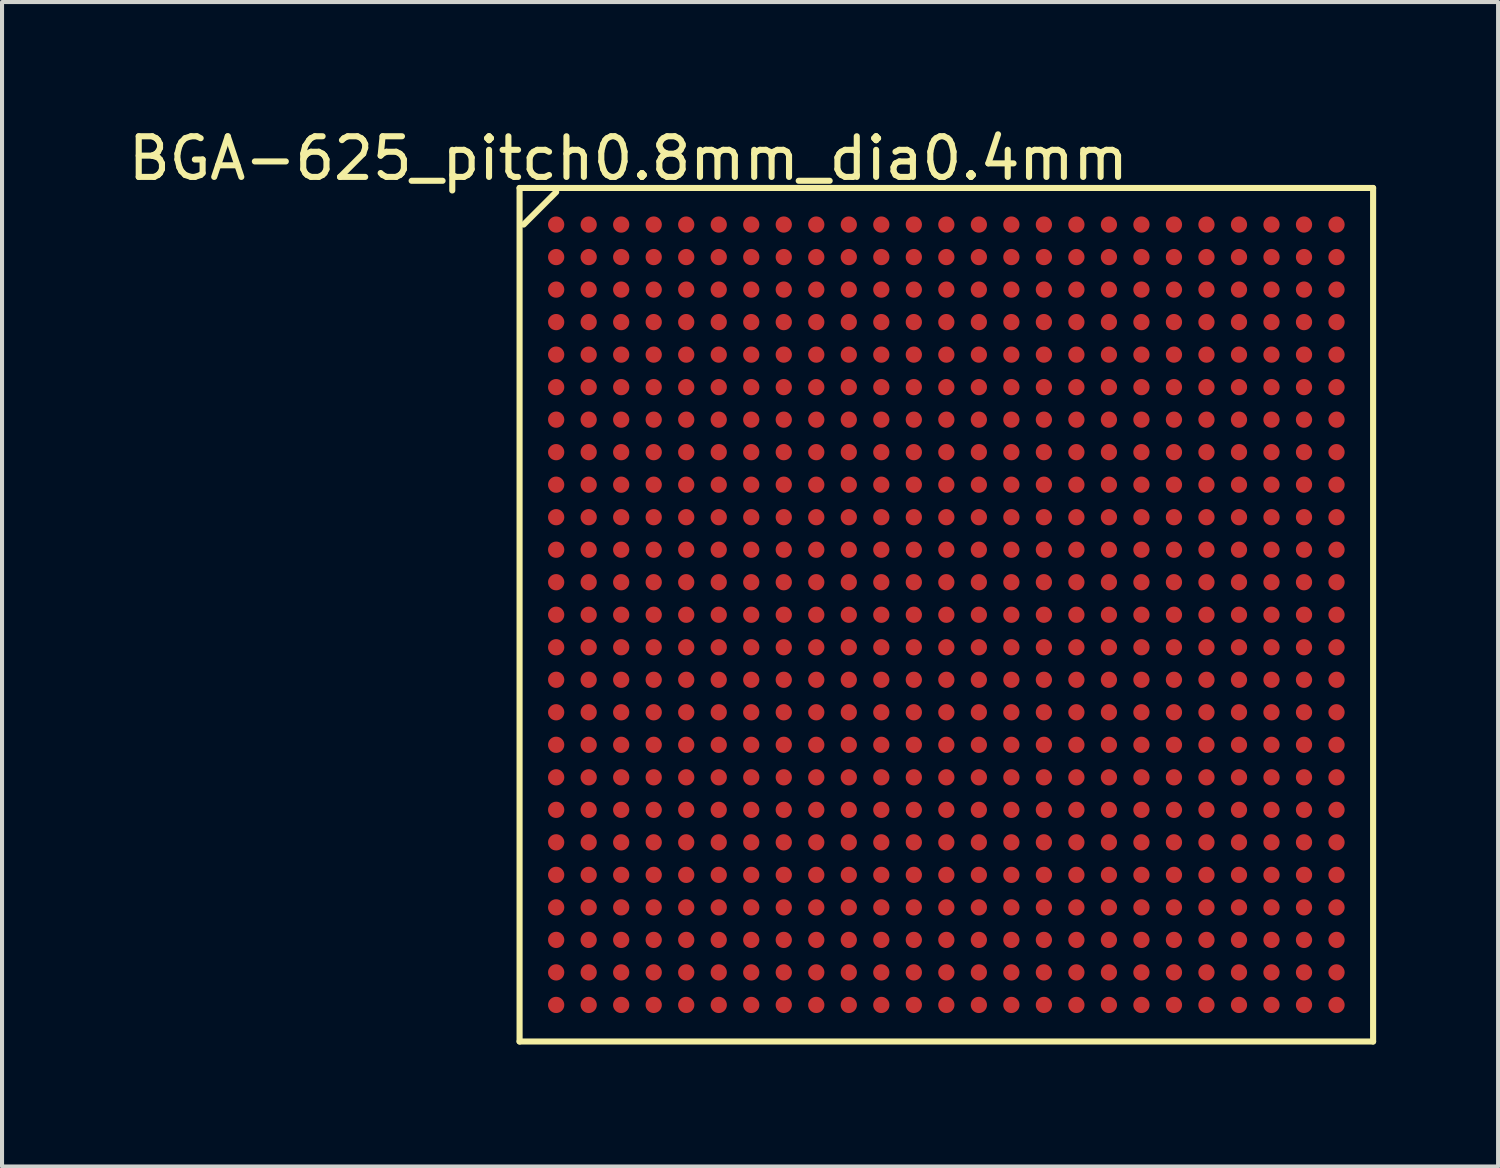
<source format=kicad_pcb>
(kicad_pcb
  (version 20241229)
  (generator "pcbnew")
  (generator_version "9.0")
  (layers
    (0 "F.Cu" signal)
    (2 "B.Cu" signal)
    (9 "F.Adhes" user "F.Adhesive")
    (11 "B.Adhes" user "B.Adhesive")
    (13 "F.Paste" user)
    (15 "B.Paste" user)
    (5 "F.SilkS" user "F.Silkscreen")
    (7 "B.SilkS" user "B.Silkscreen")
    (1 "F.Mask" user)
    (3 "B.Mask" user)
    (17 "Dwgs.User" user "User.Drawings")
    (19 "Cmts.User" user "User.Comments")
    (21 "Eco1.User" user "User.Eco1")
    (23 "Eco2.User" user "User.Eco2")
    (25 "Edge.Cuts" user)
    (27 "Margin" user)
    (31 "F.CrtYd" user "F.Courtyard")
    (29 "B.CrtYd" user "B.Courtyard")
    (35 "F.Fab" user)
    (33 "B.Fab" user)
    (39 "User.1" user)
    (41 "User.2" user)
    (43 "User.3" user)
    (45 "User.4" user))
  (footprint "BGA-625_pitch0.8mm_dia0.4mm"
    (layer "F.Cu")
    (at 20.234 12.075)
    (property "Reference" "BGA-625_pitch0.8mm_dia0.4mm" (at -7.823 -11.227 0) (layer "F.SilkS") (effects (font (size 1 1) (thickness 0.15))))
    (attr through_hole)
    (fp_line (start -10.5 -10.5) (end 10.5 -10.5) (stroke (width 0.15) (type solid)) (layer "F.SilkS"))
    (fp_line (start -10.5 10.5) (end -10.5 -10.5) (stroke (width 0.15) (type solid)) (layer "F.SilkS"))
    (fp_line (start -9.6 -10.4) (end -10.4 -9.6) (stroke (width 0.15) (type solid)) (layer "F.SilkS"))
    (fp_line (start 10.5 -10.5) (end 10.5 10.5) (stroke (width 0.15) (type solid)) (layer "F.SilkS"))
    (fp_line (start 10.5 10.5) (end -10.5 10.5) (stroke (width 0.15) (type solid)) (layer "F.SilkS"))
    (pad "A1" smd circle (at -9.6 -9.6) (size 0.4 0.4) (layers "F.Cu" "F.Mask" "F.Paste"))
    (pad "A2" smd circle (at -8.8 -9.6) (size 0.4 0.4) (layers "F.Cu" "F.Mask" "F.Paste"))
    (pad "A3" smd circle (at -8 -9.6) (size 0.4 0.4) (layers "F.Cu" "F.Mask" "F.Paste"))
    (pad "A4" smd circle (at -7.2 -9.6) (size 0.4 0.4) (layers "F.Cu" "F.Mask" "F.Paste"))
    (pad "A5" smd circle (at -6.4 -9.6) (size 0.4 0.4) (layers "F.Cu" "F.Mask" "F.Paste"))
    (pad "A6" smd circle (at -5.6 -9.6) (size 0.4 0.4) (layers "F.Cu" "F.Mask" "F.Paste"))
    (pad "A7" smd circle (at -4.8 -9.6) (size 0.4 0.4) (layers "F.Cu" "F.Mask" "F.Paste"))
    (pad "A8" smd circle (at -4 -9.6) (size 0.4 0.4) (layers "F.Cu" "F.Mask" "F.Paste"))
    (pad "A9" smd circle (at -3.2 -9.6) (size 0.4 0.4) (layers "F.Cu" "F.Mask" "F.Paste"))
    (pad "A10" smd circle (at -2.4 -9.6) (size 0.4 0.4) (layers "F.Cu" "F.Mask" "F.Paste"))
    (pad "A11" smd circle (at -1.6 -9.6) (size 0.4 0.4) (layers "F.Cu" "F.Mask" "F.Paste"))
    (pad "A12" smd circle (at -0.8 -9.6) (size 0.4 0.4) (layers "F.Cu" "F.Mask" "F.Paste"))
    (pad "A13" smd circle (at 0 -9.6) (size 0.4 0.4) (layers "F.Cu" "F.Mask" "F.Paste"))
    (pad "A14" smd circle (at 0.8 -9.6) (size 0.4 0.4) (layers "F.Cu" "F.Mask" "F.Paste"))
    (pad "A15" smd circle (at 1.6 -9.6) (size 0.4 0.4) (layers "F.Cu" "F.Mask" "F.Paste"))
    (pad "A16" smd circle (at 2.4 -9.6) (size 0.4 0.4) (layers "F.Cu" "F.Mask" "F.Paste"))
    (pad "A17" smd circle (at 3.2 -9.6) (size 0.4 0.4) (layers "F.Cu" "F.Mask" "F.Paste"))
    (pad "A18" smd circle (at 4 -9.6) (size 0.4 0.4) (layers "F.Cu" "F.Mask" "F.Paste"))
    (pad "A19" smd circle (at 4.8 -9.6) (size 0.4 0.4) (layers "F.Cu" "F.Mask" "F.Paste"))
    (pad "A20" smd circle (at 5.6 -9.6) (size 0.4 0.4) (layers "F.Cu" "F.Mask" "F.Paste"))
    (pad "A21" smd circle (at 6.4 -9.6) (size 0.4 0.4) (layers "F.Cu" "F.Mask" "F.Paste"))
    (pad "A22" smd circle (at 7.2 -9.6) (size 0.4 0.4) (layers "F.Cu" "F.Mask" "F.Paste"))
    (pad "A23" smd circle (at 8 -9.6) (size 0.4 0.4) (layers "F.Cu" "F.Mask" "F.Paste"))
    (pad "A24" smd circle (at 8.8 -9.6) (size 0.4 0.4) (layers "F.Cu" "F.Mask" "F.Paste"))
    (pad "A25" smd circle (at 9.6 -9.6) (size 0.4 0.4) (layers "F.Cu" "F.Mask" "F.Paste"))
    (pad "AA1" smd circle (at -9.6 6.4) (size 0.4 0.4) (layers "F.Cu" "F.Mask" "F.Paste"))
    (pad "AA2" smd circle (at -8.8 6.4) (size 0.4 0.4) (layers "F.Cu" "F.Mask" "F.Paste"))
    (pad "AA3" smd circle (at -8 6.4) (size 0.4 0.4) (layers "F.Cu" "F.Mask" "F.Paste"))
    (pad "AA4" smd circle (at -7.2 6.4) (size 0.4 0.4) (layers "F.Cu" "F.Mask" "F.Paste"))
    (pad "AA5" smd circle (at -6.4 6.4) (size 0.4 0.4) (layers "F.Cu" "F.Mask" "F.Paste"))
    (pad "AA6" smd circle (at -5.6 6.4) (size 0.4 0.4) (layers "F.Cu" "F.Mask" "F.Paste"))
    (pad "AA7" smd circle (at -4.8 6.4) (size 0.4 0.4) (layers "F.Cu" "F.Mask" "F.Paste"))
    (pad "AA8" smd circle (at -4 6.4) (size 0.4 0.4) (layers "F.Cu" "F.Mask" "F.Paste"))
    (pad "AA9" smd circle (at -3.2 6.4) (size 0.4 0.4) (layers "F.Cu" "F.Mask" "F.Paste"))
    (pad "AA10" smd circle (at -2.4 6.4) (size 0.4 0.4) (layers "F.Cu" "F.Mask" "F.Paste"))
    (pad "AA11" smd circle (at -1.6 6.4) (size 0.4 0.4) (layers "F.Cu" "F.Mask" "F.Paste"))
    (pad "AA12" smd circle (at -0.8 6.4) (size 0.4 0.4) (layers "F.Cu" "F.Mask" "F.Paste"))
    (pad "AA13" smd circle (at 0 6.4) (size 0.4 0.4) (layers "F.Cu" "F.Mask" "F.Paste"))
    (pad "AA14" smd circle (at 0.8 6.4) (size 0.4 0.4) (layers "F.Cu" "F.Mask" "F.Paste"))
    (pad "AA15" smd circle (at 1.6 6.4) (size 0.4 0.4) (layers "F.Cu" "F.Mask" "F.Paste"))
    (pad "AA16" smd circle (at 2.4 6.4) (size 0.4 0.4) (layers "F.Cu" "F.Mask" "F.Paste"))
    (pad "AA17" smd circle (at 3.2 6.4) (size 0.4 0.4) (layers "F.Cu" "F.Mask" "F.Paste"))
    (pad "AA18" smd circle (at 4 6.4) (size 0.4 0.4) (layers "F.Cu" "F.Mask" "F.Paste"))
    (pad "AA19" smd circle (at 4.8 6.4) (size 0.4 0.4) (layers "F.Cu" "F.Mask" "F.Paste"))
    (pad "AA20" smd circle (at 5.6 6.4) (size 0.4 0.4) (layers "F.Cu" "F.Mask" "F.Paste"))
    (pad "AA21" smd circle (at 6.4 6.4) (size 0.4 0.4) (layers "F.Cu" "F.Mask" "F.Paste"))
    (pad "AA22" smd circle (at 7.2 6.4) (size 0.4 0.4) (layers "F.Cu" "F.Mask" "F.Paste"))
    (pad "AA23" smd circle (at 8 6.4) (size 0.4 0.4) (layers "F.Cu" "F.Mask" "F.Paste"))
    (pad "AA24" smd circle (at 8.8 6.4) (size 0.4 0.4) (layers "F.Cu" "F.Mask" "F.Paste"))
    (pad "AA25" smd circle (at 9.6 6.4) (size 0.4 0.4) (layers "F.Cu" "F.Mask" "F.Paste"))
    (pad "AB1" smd circle (at -9.6 7.2) (size 0.4 0.4) (layers "F.Cu" "F.Mask" "F.Paste"))
    (pad "AB2" smd circle (at -8.8 7.2) (size 0.4 0.4) (layers "F.Cu" "F.Mask" "F.Paste"))
    (pad "AB3" smd circle (at -8 7.2) (size 0.4 0.4) (layers "F.Cu" "F.Mask" "F.Paste"))
    (pad "AB4" smd circle (at -7.2 7.2) (size 0.4 0.4) (layers "F.Cu" "F.Mask" "F.Paste"))
    (pad "AB5" smd circle (at -6.4 7.2) (size 0.4 0.4) (layers "F.Cu" "F.Mask" "F.Paste"))
    (pad "AB6" smd circle (at -5.6 7.2) (size 0.4 0.4) (layers "F.Cu" "F.Mask" "F.Paste"))
    (pad "AB7" smd circle (at -4.8 7.2) (size 0.4 0.4) (layers "F.Cu" "F.Mask" "F.Paste"))
    (pad "AB8" smd circle (at -4 7.2) (size 0.4 0.4) (layers "F.Cu" "F.Mask" "F.Paste"))
    (pad "AB9" smd circle (at -3.2 7.2) (size 0.4 0.4) (layers "F.Cu" "F.Mask" "F.Paste"))
    (pad "AB10" smd circle (at -2.4 7.2) (size 0.4 0.4) (layers "F.Cu" "F.Mask" "F.Paste"))
    (pad "AB11" smd circle (at -1.6 7.2) (size 0.4 0.4) (layers "F.Cu" "F.Mask" "F.Paste"))
    (pad "AB12" smd circle (at -0.8 7.2) (size 0.4 0.4) (layers "F.Cu" "F.Mask" "F.Paste"))
    (pad "AB13" smd circle (at 0 7.2) (size 0.4 0.4) (layers "F.Cu" "F.Mask" "F.Paste"))
    (pad "AB14" smd circle (at 0.8 7.2) (size 0.4 0.4) (layers "F.Cu" "F.Mask" "F.Paste"))
    (pad "AB15" smd circle (at 1.6 7.2) (size 0.4 0.4) (layers "F.Cu" "F.Mask" "F.Paste"))
    (pad "AB16" smd circle (at 2.4 7.2) (size 0.4 0.4) (layers "F.Cu" "F.Mask" "F.Paste"))
    (pad "AB17" smd circle (at 3.2 7.2) (size 0.4 0.4) (layers "F.Cu" "F.Mask" "F.Paste"))
    (pad "AB18" smd circle (at 4 7.2) (size 0.4 0.4) (layers "F.Cu" "F.Mask" "F.Paste"))
    (pad "AB19" smd circle (at 4.8 7.2) (size 0.4 0.4) (layers "F.Cu" "F.Mask" "F.Paste"))
    (pad "AB20" smd circle (at 5.6 7.2) (size 0.4 0.4) (layers "F.Cu" "F.Mask" "F.Paste"))
    (pad "AB21" smd circle (at 6.4 7.2) (size 0.4 0.4) (layers "F.Cu" "F.Mask" "F.Paste"))
    (pad "AB22" smd circle (at 7.2 7.2) (size 0.4 0.4) (layers "F.Cu" "F.Mask" "F.Paste"))
    (pad "AB23" smd circle (at 8 7.2) (size 0.4 0.4) (layers "F.Cu" "F.Mask" "F.Paste"))
    (pad "AB24" smd circle (at 8.8 7.2) (size 0.4 0.4) (layers "F.Cu" "F.Mask" "F.Paste"))
    (pad "AB25" smd circle (at 9.6 7.2) (size 0.4 0.4) (layers "F.Cu" "F.Mask" "F.Paste"))
    (pad "AC1" smd circle (at -9.6 8) (size 0.4 0.4) (layers "F.Cu" "F.Mask" "F.Paste"))
    (pad "AC2" smd circle (at -8.8 8) (size 0.4 0.4) (layers "F.Cu" "F.Mask" "F.Paste"))
    (pad "AC3" smd circle (at -8 8) (size 0.4 0.4) (layers "F.Cu" "F.Mask" "F.Paste"))
    (pad "AC4" smd circle (at -7.2 8) (size 0.4 0.4) (layers "F.Cu" "F.Mask" "F.Paste"))
    (pad "AC5" smd circle (at -6.4 8) (size 0.4 0.4) (layers "F.Cu" "F.Mask" "F.Paste"))
    (pad "AC6" smd circle (at -5.6 8) (size 0.4 0.4) (layers "F.Cu" "F.Mask" "F.Paste"))
    (pad "AC7" smd circle (at -4.8 8) (size 0.4 0.4) (layers "F.Cu" "F.Mask" "F.Paste"))
    (pad "AC8" smd circle (at -4 8) (size 0.4 0.4) (layers "F.Cu" "F.Mask" "F.Paste"))
    (pad "AC9" smd circle (at -3.2 8) (size 0.4 0.4) (layers "F.Cu" "F.Mask" "F.Paste"))
    (pad "AC10" smd circle (at -2.4 8) (size 0.4 0.4) (layers "F.Cu" "F.Mask" "F.Paste"))
    (pad "AC11" smd circle (at -1.6 8) (size 0.4 0.4) (layers "F.Cu" "F.Mask" "F.Paste"))
    (pad "AC12" smd circle (at -0.8 8) (size 0.4 0.4) (layers "F.Cu" "F.Mask" "F.Paste"))
    (pad "AC13" smd circle (at 0 8) (size 0.4 0.4) (layers "F.Cu" "F.Mask" "F.Paste"))
    (pad "AC14" smd circle (at 0.8 8) (size 0.4 0.4) (layers "F.Cu" "F.Mask" "F.Paste"))
    (pad "AC15" smd circle (at 1.6 8) (size 0.4 0.4) (layers "F.Cu" "F.Mask" "F.Paste"))
    (pad "AC16" smd circle (at 2.4 8) (size 0.4 0.4) (layers "F.Cu" "F.Mask" "F.Paste"))
    (pad "AC17" smd circle (at 3.2 8) (size 0.4 0.4) (layers "F.Cu" "F.Mask" "F.Paste"))
    (pad "AC18" smd circle (at 4 8) (size 0.4 0.4) (layers "F.Cu" "F.Mask" "F.Paste"))
    (pad "AC19" smd circle (at 4.8 8) (size 0.4 0.4) (layers "F.Cu" "F.Mask" "F.Paste"))
    (pad "AC20" smd circle (at 5.6 8) (size 0.4 0.4) (layers "F.Cu" "F.Mask" "F.Paste"))
    (pad "AC21" smd circle (at 6.4 8) (size 0.4 0.4) (layers "F.Cu" "F.Mask" "F.Paste"))
    (pad "AC22" smd circle (at 7.2 8) (size 0.4 0.4) (layers "F.Cu" "F.Mask" "F.Paste"))
    (pad "AC23" smd circle (at 8 8) (size 0.4 0.4) (layers "F.Cu" "F.Mask" "F.Paste"))
    (pad "AC24" smd circle (at 8.8 8) (size 0.4 0.4) (layers "F.Cu" "F.Mask" "F.Paste"))
    (pad "AC25" smd circle (at 9.6 8) (size 0.4 0.4) (layers "F.Cu" "F.Mask" "F.Paste"))
    (pad "AD1" smd circle (at -9.6 8.8) (size 0.4 0.4) (layers "F.Cu" "F.Mask" "F.Paste"))
    (pad "AD2" smd circle (at -8.8 8.8) (size 0.4 0.4) (layers "F.Cu" "F.Mask" "F.Paste"))
    (pad "AD3" smd circle (at -8 8.8) (size 0.4 0.4) (layers "F.Cu" "F.Mask" "F.Paste"))
    (pad "AD4" smd circle (at -7.2 8.8) (size 0.4 0.4) (layers "F.Cu" "F.Mask" "F.Paste"))
    (pad "AD5" smd circle (at -6.4 8.8) (size 0.4 0.4) (layers "F.Cu" "F.Mask" "F.Paste"))
    (pad "AD6" smd circle (at -5.6 8.8) (size 0.4 0.4) (layers "F.Cu" "F.Mask" "F.Paste"))
    (pad "AD7" smd circle (at -4.8 8.8) (size 0.4 0.4) (layers "F.Cu" "F.Mask" "F.Paste"))
    (pad "AD8" smd circle (at -4 8.8) (size 0.4 0.4) (layers "F.Cu" "F.Mask" "F.Paste"))
    (pad "AD9" smd circle (at -3.2 8.8) (size 0.4 0.4) (layers "F.Cu" "F.Mask" "F.Paste"))
    (pad "AD10" smd circle (at -2.4 8.8) (size 0.4 0.4) (layers "F.Cu" "F.Mask" "F.Paste"))
    (pad "AD11" smd circle (at -1.6 8.8) (size 0.4 0.4) (layers "F.Cu" "F.Mask" "F.Paste"))
    (pad "AD12" smd circle (at -0.8 8.8) (size 0.4 0.4) (layers "F.Cu" "F.Mask" "F.Paste"))
    (pad "AD13" smd circle (at 0 8.8) (size 0.4 0.4) (layers "F.Cu" "F.Mask" "F.Paste"))
    (pad "AD14" smd circle (at 0.8 8.8) (size 0.4 0.4) (layers "F.Cu" "F.Mask" "F.Paste"))
    (pad "AD15" smd circle (at 1.6 8.8) (size 0.4 0.4) (layers "F.Cu" "F.Mask" "F.Paste"))
    (pad "AD16" smd circle (at 2.4 8.8) (size 0.4 0.4) (layers "F.Cu" "F.Mask" "F.Paste"))
    (pad "AD17" smd circle (at 3.2 8.8) (size 0.4 0.4) (layers "F.Cu" "F.Mask" "F.Paste"))
    (pad "AD18" smd circle (at 4 8.8) (size 0.4 0.4) (layers "F.Cu" "F.Mask" "F.Paste"))
    (pad "AD19" smd circle (at 4.8 8.8) (size 0.4 0.4) (layers "F.Cu" "F.Mask" "F.Paste"))
    (pad "AD20" smd circle (at 5.6 8.8) (size 0.4 0.4) (layers "F.Cu" "F.Mask" "F.Paste"))
    (pad "AD21" smd circle (at 6.4 8.8) (size 0.4 0.4) (layers "F.Cu" "F.Mask" "F.Paste"))
    (pad "AD22" smd circle (at 7.2 8.8) (size 0.4 0.4) (layers "F.Cu" "F.Mask" "F.Paste"))
    (pad "AD23" smd circle (at 8 8.8) (size 0.4 0.4) (layers "F.Cu" "F.Mask" "F.Paste"))
    (pad "AD24" smd circle (at 8.8 8.8) (size 0.4 0.4) (layers "F.Cu" "F.Mask" "F.Paste"))
    (pad "AD25" smd circle (at 9.6 8.8) (size 0.4 0.4) (layers "F.Cu" "F.Mask" "F.Paste"))
    (pad "AE1" smd circle (at -9.6 9.6) (size 0.4 0.4) (layers "F.Cu" "F.Mask" "F.Paste"))
    (pad "AE2" smd circle (at -8.8 9.6) (size 0.4 0.4) (layers "F.Cu" "F.Mask" "F.Paste"))
    (pad "AE3" smd circle (at -8 9.6) (size 0.4 0.4) (layers "F.Cu" "F.Mask" "F.Paste"))
    (pad "AE4" smd circle (at -7.2 9.6) (size 0.4 0.4) (layers "F.Cu" "F.Mask" "F.Paste"))
    (pad "AE5" smd circle (at -6.4 9.6) (size 0.4 0.4) (layers "F.Cu" "F.Mask" "F.Paste"))
    (pad "AE6" smd circle (at -5.6 9.6) (size 0.4 0.4) (layers "F.Cu" "F.Mask" "F.Paste"))
    (pad "AE7" smd circle (at -4.8 9.6) (size 0.4 0.4) (layers "F.Cu" "F.Mask" "F.Paste"))
    (pad "AE8" smd circle (at -4 9.6) (size 0.4 0.4) (layers "F.Cu" "F.Mask" "F.Paste"))
    (pad "AE9" smd circle (at -3.2 9.6) (size 0.4 0.4) (layers "F.Cu" "F.Mask" "F.Paste"))
    (pad "AE10" smd circle (at -2.4 9.6) (size 0.4 0.4) (layers "F.Cu" "F.Mask" "F.Paste"))
    (pad "AE11" smd circle (at -1.6 9.6) (size 0.4 0.4) (layers "F.Cu" "F.Mask" "F.Paste"))
    (pad "AE12" smd circle (at -0.8 9.6) (size 0.4 0.4) (layers "F.Cu" "F.Mask" "F.Paste"))
    (pad "AE13" smd circle (at 0 9.6) (size 0.4 0.4) (layers "F.Cu" "F.Mask" "F.Paste"))
    (pad "AE14" smd circle (at 0.8 9.6) (size 0.4 0.4) (layers "F.Cu" "F.Mask" "F.Paste"))
    (pad "AE15" smd circle (at 1.6 9.6) (size 0.4 0.4) (layers "F.Cu" "F.Mask" "F.Paste"))
    (pad "AE16" smd circle (at 2.4 9.6) (size 0.4 0.4) (layers "F.Cu" "F.Mask" "F.Paste"))
    (pad "AE17" smd circle (at 3.2 9.6) (size 0.4 0.4) (layers "F.Cu" "F.Mask" "F.Paste"))
    (pad "AE18" smd circle (at 4 9.6) (size 0.4 0.4) (layers "F.Cu" "F.Mask" "F.Paste"))
    (pad "AE19" smd circle (at 4.8 9.6) (size 0.4 0.4) (layers "F.Cu" "F.Mask" "F.Paste"))
    (pad "AE20" smd circle (at 5.6 9.6) (size 0.4 0.4) (layers "F.Cu" "F.Mask" "F.Paste"))
    (pad "AE21" smd circle (at 6.4 9.6) (size 0.4 0.4) (layers "F.Cu" "F.Mask" "F.Paste"))
    (pad "AE22" smd circle (at 7.2 9.6) (size 0.4 0.4) (layers "F.Cu" "F.Mask" "F.Paste"))
    (pad "AE23" smd circle (at 8 9.6) (size 0.4 0.4) (layers "F.Cu" "F.Mask" "F.Paste"))
    (pad "AE24" smd circle (at 8.8 9.6) (size 0.4 0.4) (layers "F.Cu" "F.Mask" "F.Paste"))
    (pad "AE25" smd circle (at 9.6 9.6) (size 0.4 0.4) (layers "F.Cu" "F.Mask" "F.Paste"))
    (pad "B1" smd circle (at -9.6 -8.8) (size 0.4 0.4) (layers "F.Cu" "F.Mask" "F.Paste"))
    (pad "B2" smd circle (at -8.8 -8.8) (size 0.4 0.4) (layers "F.Cu" "F.Mask" "F.Paste"))
    (pad "B3" smd circle (at -8 -8.8) (size 0.4 0.4) (layers "F.Cu" "F.Mask" "F.Paste"))
    (pad "B4" smd circle (at -7.2 -8.8) (size 0.4 0.4) (layers "F.Cu" "F.Mask" "F.Paste"))
    (pad "B5" smd circle (at -6.4 -8.8) (size 0.4 0.4) (layers "F.Cu" "F.Mask" "F.Paste"))
    (pad "B6" smd circle (at -5.6 -8.8) (size 0.4 0.4) (layers "F.Cu" "F.Mask" "F.Paste"))
    (pad "B7" smd circle (at -4.8 -8.8) (size 0.4 0.4) (layers "F.Cu" "F.Mask" "F.Paste"))
    (pad "B8" smd circle (at -4 -8.8) (size 0.4 0.4) (layers "F.Cu" "F.Mask" "F.Paste"))
    (pad "B9" smd circle (at -3.2 -8.8) (size 0.4 0.4) (layers "F.Cu" "F.Mask" "F.Paste"))
    (pad "B10" smd circle (at -2.4 -8.8) (size 0.4 0.4) (layers "F.Cu" "F.Mask" "F.Paste"))
    (pad "B11" smd circle (at -1.6 -8.8) (size 0.4 0.4) (layers "F.Cu" "F.Mask" "F.Paste"))
    (pad "B12" smd circle (at -0.8 -8.8) (size 0.4 0.4) (layers "F.Cu" "F.Mask" "F.Paste"))
    (pad "B13" smd circle (at 0 -8.8) (size 0.4 0.4) (layers "F.Cu" "F.Mask" "F.Paste"))
    (pad "B14" smd circle (at 0.8 -8.8) (size 0.4 0.4) (layers "F.Cu" "F.Mask" "F.Paste"))
    (pad "B15" smd circle (at 1.6 -8.8) (size 0.4 0.4) (layers "F.Cu" "F.Mask" "F.Paste"))
    (pad "B16" smd circle (at 2.4 -8.8) (size 0.4 0.4) (layers "F.Cu" "F.Mask" "F.Paste"))
    (pad "B17" smd circle (at 3.2 -8.8) (size 0.4 0.4) (layers "F.Cu" "F.Mask" "F.Paste"))
    (pad "B18" smd circle (at 4 -8.8) (size 0.4 0.4) (layers "F.Cu" "F.Mask" "F.Paste"))
    (pad "B19" smd circle (at 4.8 -8.8) (size 0.4 0.4) (layers "F.Cu" "F.Mask" "F.Paste"))
    (pad "B20" smd circle (at 5.6 -8.8) (size 0.4 0.4) (layers "F.Cu" "F.Mask" "F.Paste"))
    (pad "B21" smd circle (at 6.4 -8.8) (size 0.4 0.4) (layers "F.Cu" "F.Mask" "F.Paste"))
    (pad "B22" smd circle (at 7.2 -8.8) (size 0.4 0.4) (layers "F.Cu" "F.Mask" "F.Paste"))
    (pad "B23" smd circle (at 8 -8.8) (size 0.4 0.4) (layers "F.Cu" "F.Mask" "F.Paste"))
    (pad "B24" smd circle (at 8.8 -8.8) (size 0.4 0.4) (layers "F.Cu" "F.Mask" "F.Paste"))
    (pad "B25" smd circle (at 9.6 -8.8) (size 0.4 0.4) (layers "F.Cu" "F.Mask" "F.Paste"))
    (pad "C1" smd circle (at -9.6 -8) (size 0.4 0.4) (layers "F.Cu" "F.Mask" "F.Paste"))
    (pad "C2" smd circle (at -8.8 -8) (size 0.4 0.4) (layers "F.Cu" "F.Mask" "F.Paste"))
    (pad "C3" smd circle (at -8 -8) (size 0.4 0.4) (layers "F.Cu" "F.Mask" "F.Paste"))
    (pad "C4" smd circle (at -7.2 -8) (size 0.4 0.4) (layers "F.Cu" "F.Mask" "F.Paste"))
    (pad "C5" smd circle (at -6.4 -8) (size 0.4 0.4) (layers "F.Cu" "F.Mask" "F.Paste"))
    (pad "C6" smd circle (at -5.6 -8) (size 0.4 0.4) (layers "F.Cu" "F.Mask" "F.Paste"))
    (pad "C7" smd circle (at -4.8 -8) (size 0.4 0.4) (layers "F.Cu" "F.Mask" "F.Paste"))
    (pad "C8" smd circle (at -4 -8) (size 0.4 0.4) (layers "F.Cu" "F.Mask" "F.Paste"))
    (pad "C9" smd circle (at -3.2 -8) (size 0.4 0.4) (layers "F.Cu" "F.Mask" "F.Paste"))
    (pad "C10" smd circle (at -2.4 -8) (size 0.4 0.4) (layers "F.Cu" "F.Mask" "F.Paste"))
    (pad "C11" smd circle (at -1.6 -8) (size 0.4 0.4) (layers "F.Cu" "F.Mask" "F.Paste"))
    (pad "C12" smd circle (at -0.8 -8) (size 0.4 0.4) (layers "F.Cu" "F.Mask" "F.Paste"))
    (pad "C13" smd circle (at 0 -8) (size 0.4 0.4) (layers "F.Cu" "F.Mask" "F.Paste"))
    (pad "C14" smd circle (at 0.8 -8) (size 0.4 0.4) (layers "F.Cu" "F.Mask" "F.Paste"))
    (pad "C15" smd circle (at 1.6 -8) (size 0.4 0.4) (layers "F.Cu" "F.Mask" "F.Paste"))
    (pad "C16" smd circle (at 2.4 -8) (size 0.4 0.4) (layers "F.Cu" "F.Mask" "F.Paste"))
    (pad "C17" smd circle (at 3.2 -8) (size 0.4 0.4) (layers "F.Cu" "F.Mask" "F.Paste"))
    (pad "C18" smd circle (at 4 -8) (size 0.4 0.4) (layers "F.Cu" "F.Mask" "F.Paste"))
    (pad "C19" smd circle (at 4.8 -8) (size 0.4 0.4) (layers "F.Cu" "F.Mask" "F.Paste"))
    (pad "C20" smd circle (at 5.6 -8) (size 0.4 0.4) (layers "F.Cu" "F.Mask" "F.Paste"))
    (pad "C21" smd circle (at 6.4 -8) (size 0.4 0.4) (layers "F.Cu" "F.Mask" "F.Paste"))
    (pad "C22" smd circle (at 7.2 -8) (size 0.4 0.4) (layers "F.Cu" "F.Mask" "F.Paste"))
    (pad "C23" smd circle (at 8 -8) (size 0.4 0.4) (layers "F.Cu" "F.Mask" "F.Paste"))
    (pad "C24" smd circle (at 8.8 -8) (size 0.4 0.4) (layers "F.Cu" "F.Mask" "F.Paste"))
    (pad "C25" smd circle (at 9.6 -8) (size 0.4 0.4) (layers "F.Cu" "F.Mask" "F.Paste"))
    (pad "D1" smd circle (at -9.6 -7.2) (size 0.4 0.4) (layers "F.Cu" "F.Mask" "F.Paste"))
    (pad "D2" smd circle (at -8.8 -7.2) (size 0.4 0.4) (layers "F.Cu" "F.Mask" "F.Paste"))
    (pad "D3" smd circle (at -8 -7.2) (size 0.4 0.4) (layers "F.Cu" "F.Mask" "F.Paste"))
    (pad "D4" smd circle (at -7.2 -7.2) (size 0.4 0.4) (layers "F.Cu" "F.Mask" "F.Paste"))
    (pad "D5" smd circle (at -6.4 -7.2) (size 0.4 0.4) (layers "F.Cu" "F.Mask" "F.Paste"))
    (pad "D6" smd circle (at -5.6 -7.2) (size 0.4 0.4) (layers "F.Cu" "F.Mask" "F.Paste"))
    (pad "D7" smd circle (at -4.8 -7.2) (size 0.4 0.4) (layers "F.Cu" "F.Mask" "F.Paste"))
    (pad "D8" smd circle (at -4 -7.2) (size 0.4 0.4) (layers "F.Cu" "F.Mask" "F.Paste"))
    (pad "D9" smd circle (at -3.2 -7.2) (size 0.4 0.4) (layers "F.Cu" "F.Mask" "F.Paste"))
    (pad "D10" smd circle (at -2.4 -7.2) (size 0.4 0.4) (layers "F.Cu" "F.Mask" "F.Paste"))
    (pad "D11" smd circle (at -1.6 -7.2) (size 0.4 0.4) (layers "F.Cu" "F.Mask" "F.Paste"))
    (pad "D12" smd circle (at -0.8 -7.2) (size 0.4 0.4) (layers "F.Cu" "F.Mask" "F.Paste"))
    (pad "D13" smd circle (at 0 -7.2) (size 0.4 0.4) (layers "F.Cu" "F.Mask" "F.Paste"))
    (pad "D14" smd circle (at 0.8 -7.2) (size 0.4 0.4) (layers "F.Cu" "F.Mask" "F.Paste"))
    (pad "D15" smd circle (at 1.6 -7.2) (size 0.4 0.4) (layers "F.Cu" "F.Mask" "F.Paste"))
    (pad "D16" smd circle (at 2.4 -7.2) (size 0.4 0.4) (layers "F.Cu" "F.Mask" "F.Paste"))
    (pad "D17" smd circle (at 3.2 -7.2) (size 0.4 0.4) (layers "F.Cu" "F.Mask" "F.Paste"))
    (pad "D18" smd circle (at 4 -7.2) (size 0.4 0.4) (layers "F.Cu" "F.Mask" "F.Paste"))
    (pad "D19" smd circle (at 4.8 -7.2) (size 0.4 0.4) (layers "F.Cu" "F.Mask" "F.Paste"))
    (pad "D20" smd circle (at 5.6 -7.2) (size 0.4 0.4) (layers "F.Cu" "F.Mask" "F.Paste"))
    (pad "D21" smd circle (at 6.4 -7.2) (size 0.4 0.4) (layers "F.Cu" "F.Mask" "F.Paste"))
    (pad "D22" smd circle (at 7.2 -7.2) (size 0.4 0.4) (layers "F.Cu" "F.Mask" "F.Paste"))
    (pad "D23" smd circle (at 8 -7.2) (size 0.4 0.4) (layers "F.Cu" "F.Mask" "F.Paste"))
    (pad "D24" smd circle (at 8.8 -7.2) (size 0.4 0.4) (layers "F.Cu" "F.Mask" "F.Paste"))
    (pad "D25" smd circle (at 9.6 -7.2) (size 0.4 0.4) (layers "F.Cu" "F.Mask" "F.Paste"))
    (pad "E1" smd circle (at -9.6 -6.4) (size 0.4 0.4) (layers "F.Cu" "F.Mask" "F.Paste"))
    (pad "E2" smd circle (at -8.8 -6.4) (size 0.4 0.4) (layers "F.Cu" "F.Mask" "F.Paste"))
    (pad "E3" smd circle (at -8 -6.4) (size 0.4 0.4) (layers "F.Cu" "F.Mask" "F.Paste"))
    (pad "E4" smd circle (at -7.2 -6.4) (size 0.4 0.4) (layers "F.Cu" "F.Mask" "F.Paste"))
    (pad "E5" smd circle (at -6.4 -6.4) (size 0.4 0.4) (layers "F.Cu" "F.Mask" "F.Paste"))
    (pad "E6" smd circle (at -5.6 -6.4) (size 0.4 0.4) (layers "F.Cu" "F.Mask" "F.Paste"))
    (pad "E7" smd circle (at -4.8 -6.4) (size 0.4 0.4) (layers "F.Cu" "F.Mask" "F.Paste"))
    (pad "E8" smd circle (at -4 -6.4) (size 0.4 0.4) (layers "F.Cu" "F.Mask" "F.Paste"))
    (pad "E9" smd circle (at -3.2 -6.4) (size 0.4 0.4) (layers "F.Cu" "F.Mask" "F.Paste"))
    (pad "E10" smd circle (at -2.4 -6.4) (size 0.4 0.4) (layers "F.Cu" "F.Mask" "F.Paste"))
    (pad "E11" smd circle (at -1.6 -6.4) (size 0.4 0.4) (layers "F.Cu" "F.Mask" "F.Paste"))
    (pad "E12" smd circle (at -0.8 -6.4) (size 0.4 0.4) (layers "F.Cu" "F.Mask" "F.Paste"))
    (pad "E13" smd circle (at 0 -6.4) (size 0.4 0.4) (layers "F.Cu" "F.Mask" "F.Paste"))
    (pad "E14" smd circle (at 0.8 -6.4) (size 0.4 0.4) (layers "F.Cu" "F.Mask" "F.Paste"))
    (pad "E15" smd circle (at 1.6 -6.4) (size 0.4 0.4) (layers "F.Cu" "F.Mask" "F.Paste"))
    (pad "E16" smd circle (at 2.4 -6.4) (size 0.4 0.4) (layers "F.Cu" "F.Mask" "F.Paste"))
    (pad "E17" smd circle (at 3.2 -6.4) (size 0.4 0.4) (layers "F.Cu" "F.Mask" "F.Paste"))
    (pad "E18" smd circle (at 4 -6.4) (size 0.4 0.4) (layers "F.Cu" "F.Mask" "F.Paste"))
    (pad "E19" smd circle (at 4.8 -6.4) (size 0.4 0.4) (layers "F.Cu" "F.Mask" "F.Paste"))
    (pad "E20" smd circle (at 5.6 -6.4) (size 0.4 0.4) (layers "F.Cu" "F.Mask" "F.Paste"))
    (pad "E21" smd circle (at 6.4 -6.4) (size 0.4 0.4) (layers "F.Cu" "F.Mask" "F.Paste"))
    (pad "E22" smd circle (at 7.2 -6.4) (size 0.4 0.4) (layers "F.Cu" "F.Mask" "F.Paste"))
    (pad "E23" smd circle (at 8 -6.4) (size 0.4 0.4) (layers "F.Cu" "F.Mask" "F.Paste"))
    (pad "E24" smd circle (at 8.8 -6.4) (size 0.4 0.4) (layers "F.Cu" "F.Mask" "F.Paste"))
    (pad "E25" smd circle (at 9.6 -6.4) (size 0.4 0.4) (layers "F.Cu" "F.Mask" "F.Paste"))
    (pad "F1" smd circle (at -9.6 -5.6) (size 0.4 0.4) (layers "F.Cu" "F.Mask" "F.Paste"))
    (pad "F2" smd circle (at -8.8 -5.6) (size 0.4 0.4) (layers "F.Cu" "F.Mask" "F.Paste"))
    (pad "F3" smd circle (at -8 -5.6) (size 0.4 0.4) (layers "F.Cu" "F.Mask" "F.Paste"))
    (pad "F4" smd circle (at -7.2 -5.6) (size 0.4 0.4) (layers "F.Cu" "F.Mask" "F.Paste"))
    (pad "F5" smd circle (at -6.4 -5.6) (size 0.4 0.4) (layers "F.Cu" "F.Mask" "F.Paste"))
    (pad "F6" smd circle (at -5.6 -5.6) (size 0.4 0.4) (layers "F.Cu" "F.Mask" "F.Paste"))
    (pad "F7" smd circle (at -4.8 -5.6) (size 0.4 0.4) (layers "F.Cu" "F.Mask" "F.Paste"))
    (pad "F8" smd circle (at -4 -5.6) (size 0.4 0.4) (layers "F.Cu" "F.Mask" "F.Paste"))
    (pad "F9" smd circle (at -3.2 -5.6) (size 0.4 0.4) (layers "F.Cu" "F.Mask" "F.Paste"))
    (pad "F10" smd circle (at -2.4 -5.6) (size 0.4 0.4) (layers "F.Cu" "F.Mask" "F.Paste"))
    (pad "F11" smd circle (at -1.6 -5.6) (size 0.4 0.4) (layers "F.Cu" "F.Mask" "F.Paste"))
    (pad "F12" smd circle (at -0.8 -5.6) (size 0.4 0.4) (layers "F.Cu" "F.Mask" "F.Paste"))
    (pad "F13" smd circle (at 0 -5.6) (size 0.4 0.4) (layers "F.Cu" "F.Mask" "F.Paste"))
    (pad "F14" smd circle (at 0.8 -5.6) (size 0.4 0.4) (layers "F.Cu" "F.Mask" "F.Paste"))
    (pad "F15" smd circle (at 1.6 -5.6) (size 0.4 0.4) (layers "F.Cu" "F.Mask" "F.Paste"))
    (pad "F16" smd circle (at 2.4 -5.6) (size 0.4 0.4) (layers "F.Cu" "F.Mask" "F.Paste"))
    (pad "F17" smd circle (at 3.2 -5.6) (size 0.4 0.4) (layers "F.Cu" "F.Mask" "F.Paste"))
    (pad "F18" smd circle (at 4 -5.6) (size 0.4 0.4) (layers "F.Cu" "F.Mask" "F.Paste"))
    (pad "F19" smd circle (at 4.8 -5.6) (size 0.4 0.4) (layers "F.Cu" "F.Mask" "F.Paste"))
    (pad "F20" smd circle (at 5.6 -5.6) (size 0.4 0.4) (layers "F.Cu" "F.Mask" "F.Paste"))
    (pad "F21" smd circle (at 6.4 -5.6) (size 0.4 0.4) (layers "F.Cu" "F.Mask" "F.Paste"))
    (pad "F22" smd circle (at 7.2 -5.6) (size 0.4 0.4) (layers "F.Cu" "F.Mask" "F.Paste"))
    (pad "F23" smd circle (at 8 -5.6) (size 0.4 0.4) (layers "F.Cu" "F.Mask" "F.Paste"))
    (pad "F24" smd circle (at 8.8 -5.6) (size 0.4 0.4) (layers "F.Cu" "F.Mask" "F.Paste"))
    (pad "F25" smd circle (at 9.6 -5.6) (size 0.4 0.4) (layers "F.Cu" "F.Mask" "F.Paste"))
    (pad "G1" smd circle (at -9.6 -4.8) (size 0.4 0.4) (layers "F.Cu" "F.Mask" "F.Paste"))
    (pad "G2" smd circle (at -8.8 -4.8) (size 0.4 0.4) (layers "F.Cu" "F.Mask" "F.Paste"))
    (pad "G3" smd circle (at -8 -4.8) (size 0.4 0.4) (layers "F.Cu" "F.Mask" "F.Paste"))
    (pad "G4" smd circle (at -7.2 -4.8) (size 0.4 0.4) (layers "F.Cu" "F.Mask" "F.Paste"))
    (pad "G5" smd circle (at -6.4 -4.8) (size 0.4 0.4) (layers "F.Cu" "F.Mask" "F.Paste"))
    (pad "G6" smd circle (at -5.6 -4.8) (size 0.4 0.4) (layers "F.Cu" "F.Mask" "F.Paste"))
    (pad "G7" smd circle (at -4.8 -4.8) (size 0.4 0.4) (layers "F.Cu" "F.Mask" "F.Paste"))
    (pad "G8" smd circle (at -4 -4.8) (size 0.4 0.4) (layers "F.Cu" "F.Mask" "F.Paste"))
    (pad "G9" smd circle (at -3.2 -4.8) (size 0.4 0.4) (layers "F.Cu" "F.Mask" "F.Paste"))
    (pad "G10" smd circle (at -2.4 -4.8) (size 0.4 0.4) (layers "F.Cu" "F.Mask" "F.Paste"))
    (pad "G11" smd circle (at -1.6 -4.8) (size 0.4 0.4) (layers "F.Cu" "F.Mask" "F.Paste"))
    (pad "G12" smd circle (at -0.8 -4.8) (size 0.4 0.4) (layers "F.Cu" "F.Mask" "F.Paste"))
    (pad "G13" smd circle (at 0 -4.8) (size 0.4 0.4) (layers "F.Cu" "F.Mask" "F.Paste"))
    (pad "G14" smd circle (at 0.8 -4.8) (size 0.4 0.4) (layers "F.Cu" "F.Mask" "F.Paste"))
    (pad "G15" smd circle (at 1.6 -4.8) (size 0.4 0.4) (layers "F.Cu" "F.Mask" "F.Paste"))
    (pad "G16" smd circle (at 2.4 -4.8) (size 0.4 0.4) (layers "F.Cu" "F.Mask" "F.Paste"))
    (pad "G17" smd circle (at 3.2 -4.8) (size 0.4 0.4) (layers "F.Cu" "F.Mask" "F.Paste"))
    (pad "G18" smd circle (at 4 -4.8) (size 0.4 0.4) (layers "F.Cu" "F.Mask" "F.Paste"))
    (pad "G19" smd circle (at 4.8 -4.8) (size 0.4 0.4) (layers "F.Cu" "F.Mask" "F.Paste"))
    (pad "G20" smd circle (at 5.6 -4.8) (size 0.4 0.4) (layers "F.Cu" "F.Mask" "F.Paste"))
    (pad "G21" smd circle (at 6.4 -4.8) (size 0.4 0.4) (layers "F.Cu" "F.Mask" "F.Paste"))
    (pad "G22" smd circle (at 7.2 -4.8) (size 0.4 0.4) (layers "F.Cu" "F.Mask" "F.Paste"))
    (pad "G23" smd circle (at 8 -4.8) (size 0.4 0.4) (layers "F.Cu" "F.Mask" "F.Paste"))
    (pad "G24" smd circle (at 8.8 -4.8) (size 0.4 0.4) (layers "F.Cu" "F.Mask" "F.Paste"))
    (pad "G25" smd circle (at 9.6 -4.8) (size 0.4 0.4) (layers "F.Cu" "F.Mask" "F.Paste"))
    (pad "H1" smd circle (at -9.6 -4) (size 0.4 0.4) (layers "F.Cu" "F.Mask" "F.Paste"))
    (pad "H2" smd circle (at -8.8 -4) (size 0.4 0.4) (layers "F.Cu" "F.Mask" "F.Paste"))
    (pad "H3" smd circle (at -8 -4) (size 0.4 0.4) (layers "F.Cu" "F.Mask" "F.Paste"))
    (pad "H4" smd circle (at -7.2 -4) (size 0.4 0.4) (layers "F.Cu" "F.Mask" "F.Paste"))
    (pad "H5" smd circle (at -6.4 -4) (size 0.4 0.4) (layers "F.Cu" "F.Mask" "F.Paste"))
    (pad "H6" smd circle (at -5.6 -4) (size 0.4 0.4) (layers "F.Cu" "F.Mask" "F.Paste"))
    (pad "H7" smd circle (at -4.8 -4) (size 0.4 0.4) (layers "F.Cu" "F.Mask" "F.Paste"))
    (pad "H8" smd circle (at -4 -4) (size 0.4 0.4) (layers "F.Cu" "F.Mask" "F.Paste"))
    (pad "H9" smd circle (at -3.2 -4) (size 0.4 0.4) (layers "F.Cu" "F.Mask" "F.Paste"))
    (pad "H10" smd circle (at -2.4 -4) (size 0.4 0.4) (layers "F.Cu" "F.Mask" "F.Paste"))
    (pad "H11" smd circle (at -1.6 -4) (size 0.4 0.4) (layers "F.Cu" "F.Mask" "F.Paste"))
    (pad "H12" smd circle (at -0.8 -4) (size 0.4 0.4) (layers "F.Cu" "F.Mask" "F.Paste"))
    (pad "H13" smd circle (at 0 -4) (size 0.4 0.4) (layers "F.Cu" "F.Mask" "F.Paste"))
    (pad "H14" smd circle (at 0.8 -4) (size 0.4 0.4) (layers "F.Cu" "F.Mask" "F.Paste"))
    (pad "H15" smd circle (at 1.6 -4) (size 0.4 0.4) (layers "F.Cu" "F.Mask" "F.Paste"))
    (pad "H16" smd circle (at 2.4 -4) (size 0.4 0.4) (layers "F.Cu" "F.Mask" "F.Paste"))
    (pad "H17" smd circle (at 3.2 -4) (size 0.4 0.4) (layers "F.Cu" "F.Mask" "F.Paste"))
    (pad "H18" smd circle (at 4 -4) (size 0.4 0.4) (layers "F.Cu" "F.Mask" "F.Paste"))
    (pad "H19" smd circle (at 4.8 -4) (size 0.4 0.4) (layers "F.Cu" "F.Mask" "F.Paste"))
    (pad "H20" smd circle (at 5.6 -4) (size 0.4 0.4) (layers "F.Cu" "F.Mask" "F.Paste"))
    (pad "H21" smd circle (at 6.4 -4) (size 0.4 0.4) (layers "F.Cu" "F.Mask" "F.Paste"))
    (pad "H22" smd circle (at 7.2 -4) (size 0.4 0.4) (layers "F.Cu" "F.Mask" "F.Paste"))
    (pad "H23" smd circle (at 8 -4) (size 0.4 0.4) (layers "F.Cu" "F.Mask" "F.Paste"))
    (pad "H24" smd circle (at 8.8 -4) (size 0.4 0.4) (layers "F.Cu" "F.Mask" "F.Paste"))
    (pad "H25" smd circle (at 9.6 -4) (size 0.4 0.4) (layers "F.Cu" "F.Mask" "F.Paste"))
    (pad "J1" smd circle (at -9.6 -3.2) (size 0.4 0.4) (layers "F.Cu" "F.Mask" "F.Paste"))
    (pad "J2" smd circle (at -8.8 -3.2) (size 0.4 0.4) (layers "F.Cu" "F.Mask" "F.Paste"))
    (pad "J3" smd circle (at -8 -3.2) (size 0.4 0.4) (layers "F.Cu" "F.Mask" "F.Paste"))
    (pad "J4" smd circle (at -7.2 -3.2) (size 0.4 0.4) (layers "F.Cu" "F.Mask" "F.Paste"))
    (pad "J5" smd circle (at -6.4 -3.2) (size 0.4 0.4) (layers "F.Cu" "F.Mask" "F.Paste"))
    (pad "J6" smd circle (at -5.6 -3.2) (size 0.4 0.4) (layers "F.Cu" "F.Mask" "F.Paste"))
    (pad "J7" smd circle (at -4.8 -3.2) (size 0.4 0.4) (layers "F.Cu" "F.Mask" "F.Paste"))
    (pad "J8" smd circle (at -4 -3.2) (size 0.4 0.4) (layers "F.Cu" "F.Mask" "F.Paste"))
    (pad "J9" smd circle (at -3.2 -3.2) (size 0.4 0.4) (layers "F.Cu" "F.Mask" "F.Paste"))
    (pad "J10" smd circle (at -2.4 -3.2) (size 0.4 0.4) (layers "F.Cu" "F.Mask" "F.Paste"))
    (pad "J11" smd circle (at -1.6 -3.2) (size 0.4 0.4) (layers "F.Cu" "F.Mask" "F.Paste"))
    (pad "J12" smd circle (at -0.8 -3.2) (size 0.4 0.4) (layers "F.Cu" "F.Mask" "F.Paste"))
    (pad "J13" smd circle (at 0 -3.2) (size 0.4 0.4) (layers "F.Cu" "F.Mask" "F.Paste"))
    (pad "J14" smd circle (at 0.8 -3.2) (size 0.4 0.4) (layers "F.Cu" "F.Mask" "F.Paste"))
    (pad "J15" smd circle (at 1.6 -3.2) (size 0.4 0.4) (layers "F.Cu" "F.Mask" "F.Paste"))
    (pad "J16" smd circle (at 2.4 -3.2) (size 0.4 0.4) (layers "F.Cu" "F.Mask" "F.Paste"))
    (pad "J17" smd circle (at 3.2 -3.2) (size 0.4 0.4) (layers "F.Cu" "F.Mask" "F.Paste"))
    (pad "J18" smd circle (at 4 -3.2) (size 0.4 0.4) (layers "F.Cu" "F.Mask" "F.Paste"))
    (pad "J19" smd circle (at 4.8 -3.2) (size 0.4 0.4) (layers "F.Cu" "F.Mask" "F.Paste"))
    (pad "J20" smd circle (at 5.6 -3.2) (size 0.4 0.4) (layers "F.Cu" "F.Mask" "F.Paste"))
    (pad "J21" smd circle (at 6.4 -3.2) (size 0.4 0.4) (layers "F.Cu" "F.Mask" "F.Paste"))
    (pad "J22" smd circle (at 7.2 -3.2) (size 0.4 0.4) (layers "F.Cu" "F.Mask" "F.Paste"))
    (pad "J23" smd circle (at 8 -3.2) (size 0.4 0.4) (layers "F.Cu" "F.Mask" "F.Paste"))
    (pad "J24" smd circle (at 8.8 -3.2) (size 0.4 0.4) (layers "F.Cu" "F.Mask" "F.Paste"))
    (pad "J25" smd circle (at 9.6 -3.2) (size 0.4 0.4) (layers "F.Cu" "F.Mask" "F.Paste"))
    (pad "K1" smd circle (at -9.6 -2.4) (size 0.4 0.4) (layers "F.Cu" "F.Mask" "F.Paste"))
    (pad "K2" smd circle (at -8.8 -2.4) (size 0.4 0.4) (layers "F.Cu" "F.Mask" "F.Paste"))
    (pad "K3" smd circle (at -8 -2.4) (size 0.4 0.4) (layers "F.Cu" "F.Mask" "F.Paste"))
    (pad "K4" smd circle (at -7.2 -2.4) (size 0.4 0.4) (layers "F.Cu" "F.Mask" "F.Paste"))
    (pad "K5" smd circle (at -6.4 -2.4) (size 0.4 0.4) (layers "F.Cu" "F.Mask" "F.Paste"))
    (pad "K6" smd circle (at -5.6 -2.4) (size 0.4 0.4) (layers "F.Cu" "F.Mask" "F.Paste"))
    (pad "K7" smd circle (at -4.8 -2.4) (size 0.4 0.4) (layers "F.Cu" "F.Mask" "F.Paste"))
    (pad "K8" smd circle (at -4 -2.4) (size 0.4 0.4) (layers "F.Cu" "F.Mask" "F.Paste"))
    (pad "K9" smd circle (at -3.2 -2.4) (size 0.4 0.4) (layers "F.Cu" "F.Mask" "F.Paste"))
    (pad "K10" smd circle (at -2.4 -2.4) (size 0.4 0.4) (layers "F.Cu" "F.Mask" "F.Paste"))
    (pad "K11" smd circle (at -1.6 -2.4) (size 0.4 0.4) (layers "F.Cu" "F.Mask" "F.Paste"))
    (pad "K12" smd circle (at -0.8 -2.4) (size 0.4 0.4) (layers "F.Cu" "F.Mask" "F.Paste"))
    (pad "K13" smd circle (at 0 -2.4) (size 0.4 0.4) (layers "F.Cu" "F.Mask" "F.Paste"))
    (pad "K14" smd circle (at 0.8 -2.4) (size 0.4 0.4) (layers "F.Cu" "F.Mask" "F.Paste"))
    (pad "K15" smd circle (at 1.6 -2.4) (size 0.4 0.4) (layers "F.Cu" "F.Mask" "F.Paste"))
    (pad "K16" smd circle (at 2.4 -2.4) (size 0.4 0.4) (layers "F.Cu" "F.Mask" "F.Paste"))
    (pad "K17" smd circle (at 3.2 -2.4) (size 0.4 0.4) (layers "F.Cu" "F.Mask" "F.Paste"))
    (pad "K18" smd circle (at 4 -2.4) (size 0.4 0.4) (layers "F.Cu" "F.Mask" "F.Paste"))
    (pad "K19" smd circle (at 4.8 -2.4) (size 0.4 0.4) (layers "F.Cu" "F.Mask" "F.Paste"))
    (pad "K20" smd circle (at 5.6 -2.4) (size 0.4 0.4) (layers "F.Cu" "F.Mask" "F.Paste"))
    (pad "K21" smd circle (at 6.4 -2.4) (size 0.4 0.4) (layers "F.Cu" "F.Mask" "F.Paste"))
    (pad "K22" smd circle (at 7.2 -2.4) (size 0.4 0.4) (layers "F.Cu" "F.Mask" "F.Paste"))
    (pad "K23" smd circle (at 8 -2.4) (size 0.4 0.4) (layers "F.Cu" "F.Mask" "F.Paste"))
    (pad "K24" smd circle (at 8.8 -2.4) (size 0.4 0.4) (layers "F.Cu" "F.Mask" "F.Paste"))
    (pad "K25" smd circle (at 9.6 -2.4) (size 0.4 0.4) (layers "F.Cu" "F.Mask" "F.Paste"))
    (pad "L1" smd circle (at -9.6 -1.6) (size 0.4 0.4) (layers "F.Cu" "F.Mask" "F.Paste"))
    (pad "L2" smd circle (at -8.8 -1.6) (size 0.4 0.4) (layers "F.Cu" "F.Mask" "F.Paste"))
    (pad "L3" smd circle (at -8 -1.6) (size 0.4 0.4) (layers "F.Cu" "F.Mask" "F.Paste"))
    (pad "L4" smd circle (at -7.2 -1.6) (size 0.4 0.4) (layers "F.Cu" "F.Mask" "F.Paste"))
    (pad "L5" smd circle (at -6.4 -1.6) (size 0.4 0.4) (layers "F.Cu" "F.Mask" "F.Paste"))
    (pad "L6" smd circle (at -5.6 -1.6) (size 0.4 0.4) (layers "F.Cu" "F.Mask" "F.Paste"))
    (pad "L7" smd circle (at -4.8 -1.6) (size 0.4 0.4) (layers "F.Cu" "F.Mask" "F.Paste"))
    (pad "L8" smd circle (at -4 -1.6) (size 0.4 0.4) (layers "F.Cu" "F.Mask" "F.Paste"))
    (pad "L9" smd circle (at -3.2 -1.6) (size 0.4 0.4) (layers "F.Cu" "F.Mask" "F.Paste"))
    (pad "L10" smd circle (at -2.4 -1.6) (size 0.4 0.4) (layers "F.Cu" "F.Mask" "F.Paste"))
    (pad "L11" smd circle (at -1.6 -1.6) (size 0.4 0.4) (layers "F.Cu" "F.Mask" "F.Paste"))
    (pad "L12" smd circle (at -0.8 -1.6) (size 0.4 0.4) (layers "F.Cu" "F.Mask" "F.Paste"))
    (pad "L13" smd circle (at 0 -1.6) (size 0.4 0.4) (layers "F.Cu" "F.Mask" "F.Paste"))
    (pad "L14" smd circle (at 0.8 -1.6) (size 0.4 0.4) (layers "F.Cu" "F.Mask" "F.Paste"))
    (pad "L15" smd circle (at 1.6 -1.6) (size 0.4 0.4) (layers "F.Cu" "F.Mask" "F.Paste"))
    (pad "L16" smd circle (at 2.4 -1.6) (size 0.4 0.4) (layers "F.Cu" "F.Mask" "F.Paste"))
    (pad "L17" smd circle (at 3.2 -1.6) (size 0.4 0.4) (layers "F.Cu" "F.Mask" "F.Paste"))
    (pad "L18" smd circle (at 4 -1.6) (size 0.4 0.4) (layers "F.Cu" "F.Mask" "F.Paste"))
    (pad "L19" smd circle (at 4.8 -1.6) (size 0.4 0.4) (layers "F.Cu" "F.Mask" "F.Paste"))
    (pad "L20" smd circle (at 5.6 -1.6) (size 0.4 0.4) (layers "F.Cu" "F.Mask" "F.Paste"))
    (pad "L21" smd circle (at 6.4 -1.6) (size 0.4 0.4) (layers "F.Cu" "F.Mask" "F.Paste"))
    (pad "L22" smd circle (at 7.2 -1.6) (size 0.4 0.4) (layers "F.Cu" "F.Mask" "F.Paste"))
    (pad "L23" smd circle (at 8 -1.6) (size 0.4 0.4) (layers "F.Cu" "F.Mask" "F.Paste"))
    (pad "L24" smd circle (at 8.8 -1.6) (size 0.4 0.4) (layers "F.Cu" "F.Mask" "F.Paste"))
    (pad "L25" smd circle (at 9.6 -1.6) (size 0.4 0.4) (layers "F.Cu" "F.Mask" "F.Paste"))
    (pad "M1" smd circle (at -9.6 -0.8) (size 0.4 0.4) (layers "F.Cu" "F.Mask" "F.Paste"))
    (pad "M2" smd circle (at -8.8 -0.8) (size 0.4 0.4) (layers "F.Cu" "F.Mask" "F.Paste"))
    (pad "M3" smd circle (at -8 -0.8) (size 0.4 0.4) (layers "F.Cu" "F.Mask" "F.Paste"))
    (pad "M4" smd circle (at -7.2 -0.8) (size 0.4 0.4) (layers "F.Cu" "F.Mask" "F.Paste"))
    (pad "M5" smd circle (at -6.4 -0.8) (size 0.4 0.4) (layers "F.Cu" "F.Mask" "F.Paste"))
    (pad "M6" smd circle (at -5.6 -0.8) (size 0.4 0.4) (layers "F.Cu" "F.Mask" "F.Paste"))
    (pad "M7" smd circle (at -4.8 -0.8) (size 0.4 0.4) (layers "F.Cu" "F.Mask" "F.Paste"))
    (pad "M8" smd circle (at -4 -0.8) (size 0.4 0.4) (layers "F.Cu" "F.Mask" "F.Paste"))
    (pad "M9" smd circle (at -3.2 -0.8) (size 0.4 0.4) (layers "F.Cu" "F.Mask" "F.Paste"))
    (pad "M10" smd circle (at -2.4 -0.8) (size 0.4 0.4) (layers "F.Cu" "F.Mask" "F.Paste"))
    (pad "M11" smd circle (at -1.6 -0.8) (size 0.4 0.4) (layers "F.Cu" "F.Mask" "F.Paste"))
    (pad "M12" smd circle (at -0.8 -0.8) (size 0.4 0.4) (layers "F.Cu" "F.Mask" "F.Paste"))
    (pad "M13" smd circle (at 0 -0.8) (size 0.4 0.4) (layers "F.Cu" "F.Mask" "F.Paste"))
    (pad "M14" smd circle (at 0.8 -0.8) (size 0.4 0.4) (layers "F.Cu" "F.Mask" "F.Paste"))
    (pad "M15" smd circle (at 1.6 -0.8) (size 0.4 0.4) (layers "F.Cu" "F.Mask" "F.Paste"))
    (pad "M16" smd circle (at 2.4 -0.8) (size 0.4 0.4) (layers "F.Cu" "F.Mask" "F.Paste"))
    (pad "M17" smd circle (at 3.2 -0.8) (size 0.4 0.4) (layers "F.Cu" "F.Mask" "F.Paste"))
    (pad "M18" smd circle (at 4 -0.8) (size 0.4 0.4) (layers "F.Cu" "F.Mask" "F.Paste"))
    (pad "M19" smd circle (at 4.8 -0.8) (size 0.4 0.4) (layers "F.Cu" "F.Mask" "F.Paste"))
    (pad "M20" smd circle (at 5.6 -0.8) (size 0.4 0.4) (layers "F.Cu" "F.Mask" "F.Paste"))
    (pad "M21" smd circle (at 6.4 -0.8) (size 0.4 0.4) (layers "F.Cu" "F.Mask" "F.Paste"))
    (pad "M22" smd circle (at 7.2 -0.8) (size 0.4 0.4) (layers "F.Cu" "F.Mask" "F.Paste"))
    (pad "M23" smd circle (at 8 -0.8) (size 0.4 0.4) (layers "F.Cu" "F.Mask" "F.Paste"))
    (pad "M24" smd circle (at 8.8 -0.8) (size 0.4 0.4) (layers "F.Cu" "F.Mask" "F.Paste"))
    (pad "M25" smd circle (at 9.6 -0.8) (size 0.4 0.4) (layers "F.Cu" "F.Mask" "F.Paste"))
    (pad "N1" smd circle (at -9.6 0) (size 0.4 0.4) (layers "F.Cu" "F.Mask" "F.Paste"))
    (pad "N2" smd circle (at -8.8 0) (size 0.4 0.4) (layers "F.Cu" "F.Mask" "F.Paste"))
    (pad "N3" smd circle (at -8 0) (size 0.4 0.4) (layers "F.Cu" "F.Mask" "F.Paste"))
    (pad "N4" smd circle (at -7.2 0) (size 0.4 0.4) (layers "F.Cu" "F.Mask" "F.Paste"))
    (pad "N5" smd circle (at -6.4 0) (size 0.4 0.4) (layers "F.Cu" "F.Mask" "F.Paste"))
    (pad "N6" smd circle (at -5.6 0) (size 0.4 0.4) (layers "F.Cu" "F.Mask" "F.Paste"))
    (pad "N7" smd circle (at -4.8 0) (size 0.4 0.4) (layers "F.Cu" "F.Mask" "F.Paste"))
    (pad "N8" smd circle (at -4 0) (size 0.4 0.4) (layers "F.Cu" "F.Mask" "F.Paste"))
    (pad "N9" smd circle (at -3.2 0) (size 0.4 0.4) (layers "F.Cu" "F.Mask" "F.Paste"))
    (pad "N10" smd circle (at -2.4 0) (size 0.4 0.4) (layers "F.Cu" "F.Mask" "F.Paste"))
    (pad "N11" smd circle (at -1.6 0) (size 0.4 0.4) (layers "F.Cu" "F.Mask" "F.Paste"))
    (pad "N12" smd circle (at -0.8 0) (size 0.4 0.4) (layers "F.Cu" "F.Mask" "F.Paste"))
    (pad "N13" smd circle (at 0 0) (size 0.4 0.4) (layers "F.Cu" "F.Mask" "F.Paste"))
    (pad "N14" smd circle (at 0.8 0) (size 0.4 0.4) (layers "F.Cu" "F.Mask" "F.Paste"))
    (pad "N15" smd circle (at 1.6 0) (size 0.4 0.4) (layers "F.Cu" "F.Mask" "F.Paste"))
    (pad "N16" smd circle (at 2.4 0) (size 0.4 0.4) (layers "F.Cu" "F.Mask" "F.Paste"))
    (pad "N17" smd circle (at 3.2 0) (size 0.4 0.4) (layers "F.Cu" "F.Mask" "F.Paste"))
    (pad "N18" smd circle (at 4 0) (size 0.4 0.4) (layers "F.Cu" "F.Mask" "F.Paste"))
    (pad "N19" smd circle (at 4.8 0) (size 0.4 0.4) (layers "F.Cu" "F.Mask" "F.Paste"))
    (pad "N20" smd circle (at 5.6 0) (size 0.4 0.4) (layers "F.Cu" "F.Mask" "F.Paste"))
    (pad "N21" smd circle (at 6.4 0) (size 0.4 0.4) (layers "F.Cu" "F.Mask" "F.Paste"))
    (pad "N22" smd circle (at 7.2 0) (size 0.4 0.4) (layers "F.Cu" "F.Mask" "F.Paste"))
    (pad "N23" smd circle (at 8 0) (size 0.4 0.4) (layers "F.Cu" "F.Mask" "F.Paste"))
    (pad "N24" smd circle (at 8.8 0) (size 0.4 0.4) (layers "F.Cu" "F.Mask" "F.Paste"))
    (pad "N25" smd circle (at 9.6 0) (size 0.4 0.4) (layers "F.Cu" "F.Mask" "F.Paste"))
    (pad "P1" smd circle (at -9.6 0.8) (size 0.4 0.4) (layers "F.Cu" "F.Mask" "F.Paste"))
    (pad "P2" smd circle (at -8.8 0.8) (size 0.4 0.4) (layers "F.Cu" "F.Mask" "F.Paste"))
    (pad "P3" smd circle (at -8 0.8) (size 0.4 0.4) (layers "F.Cu" "F.Mask" "F.Paste"))
    (pad "P4" smd circle (at -7.2 0.8) (size 0.4 0.4) (layers "F.Cu" "F.Mask" "F.Paste"))
    (pad "P5" smd circle (at -6.4 0.8) (size 0.4 0.4) (layers "F.Cu" "F.Mask" "F.Paste"))
    (pad "P6" smd circle (at -5.6 0.8) (size 0.4 0.4) (layers "F.Cu" "F.Mask" "F.Paste"))
    (pad "P7" smd circle (at -4.8 0.8) (size 0.4 0.4) (layers "F.Cu" "F.Mask" "F.Paste"))
    (pad "P8" smd circle (at -4 0.8) (size 0.4 0.4) (layers "F.Cu" "F.Mask" "F.Paste"))
    (pad "P9" smd circle (at -3.2 0.8) (size 0.4 0.4) (layers "F.Cu" "F.Mask" "F.Paste"))
    (pad "P10" smd circle (at -2.4 0.8) (size 0.4 0.4) (layers "F.Cu" "F.Mask" "F.Paste"))
    (pad "P11" smd circle (at -1.6 0.8) (size 0.4 0.4) (layers "F.Cu" "F.Mask" "F.Paste"))
    (pad "P12" smd circle (at -0.8 0.8) (size 0.4 0.4) (layers "F.Cu" "F.Mask" "F.Paste"))
    (pad "P13" smd circle (at 0 0.8) (size 0.4 0.4) (layers "F.Cu" "F.Mask" "F.Paste"))
    (pad "P14" smd circle (at 0.8 0.8) (size 0.4 0.4) (layers "F.Cu" "F.Mask" "F.Paste"))
    (pad "P15" smd circle (at 1.6 0.8) (size 0.4 0.4) (layers "F.Cu" "F.Mask" "F.Paste"))
    (pad "P16" smd circle (at 2.4 0.8) (size 0.4 0.4) (layers "F.Cu" "F.Mask" "F.Paste"))
    (pad "P17" smd circle (at 3.2 0.8) (size 0.4 0.4) (layers "F.Cu" "F.Mask" "F.Paste"))
    (pad "P18" smd circle (at 4 0.8) (size 0.4 0.4) (layers "F.Cu" "F.Mask" "F.Paste"))
    (pad "P19" smd circle (at 4.8 0.8) (size 0.4 0.4) (layers "F.Cu" "F.Mask" "F.Paste"))
    (pad "P20" smd circle (at 5.6 0.8) (size 0.4 0.4) (layers "F.Cu" "F.Mask" "F.Paste"))
    (pad "P21" smd circle (at 6.4 0.8) (size 0.4 0.4) (layers "F.Cu" "F.Mask" "F.Paste"))
    (pad "P22" smd circle (at 7.2 0.8) (size 0.4 0.4) (layers "F.Cu" "F.Mask" "F.Paste"))
    (pad "P23" smd circle (at 8 0.8) (size 0.4 0.4) (layers "F.Cu" "F.Mask" "F.Paste"))
    (pad "P24" smd circle (at 8.8 0.8) (size 0.4 0.4) (layers "F.Cu" "F.Mask" "F.Paste"))
    (pad "P25" smd circle (at 9.6 0.8) (size 0.4 0.4) (layers "F.Cu" "F.Mask" "F.Paste"))
    (pad "R1" smd circle (at -9.6 1.6) (size 0.4 0.4) (layers "F.Cu" "F.Mask" "F.Paste"))
    (pad "R2" smd circle (at -8.8 1.6) (size 0.4 0.4) (layers "F.Cu" "F.Mask" "F.Paste"))
    (pad "R3" smd circle (at -8 1.6) (size 0.4 0.4) (layers "F.Cu" "F.Mask" "F.Paste"))
    (pad "R4" smd circle (at -7.2 1.6) (size 0.4 0.4) (layers "F.Cu" "F.Mask" "F.Paste"))
    (pad "R5" smd circle (at -6.4 1.6) (size 0.4 0.4) (layers "F.Cu" "F.Mask" "F.Paste"))
    (pad "R6" smd circle (at -5.6 1.6) (size 0.4 0.4) (layers "F.Cu" "F.Mask" "F.Paste"))
    (pad "R7" smd circle (at -4.8 1.6) (size 0.4 0.4) (layers "F.Cu" "F.Mask" "F.Paste"))
    (pad "R8" smd circle (at -4 1.6) (size 0.4 0.4) (layers "F.Cu" "F.Mask" "F.Paste"))
    (pad "R9" smd circle (at -3.2 1.6) (size 0.4 0.4) (layers "F.Cu" "F.Mask" "F.Paste"))
    (pad "R10" smd circle (at -2.4 1.6) (size 0.4 0.4) (layers "F.Cu" "F.Mask" "F.Paste"))
    (pad "R11" smd circle (at -1.6 1.6) (size 0.4 0.4) (layers "F.Cu" "F.Mask" "F.Paste"))
    (pad "R12" smd circle (at -0.8 1.6) (size 0.4 0.4) (layers "F.Cu" "F.Mask" "F.Paste"))
    (pad "R13" smd circle (at 0 1.6) (size 0.4 0.4) (layers "F.Cu" "F.Mask" "F.Paste"))
    (pad "R14" smd circle (at 0.8 1.6) (size 0.4 0.4) (layers "F.Cu" "F.Mask" "F.Paste"))
    (pad "R15" smd circle (at 1.6 1.6) (size 0.4 0.4) (layers "F.Cu" "F.Mask" "F.Paste"))
    (pad "R16" smd circle (at 2.4 1.6) (size 0.4 0.4) (layers "F.Cu" "F.Mask" "F.Paste"))
    (pad "R17" smd circle (at 3.2 1.6) (size 0.4 0.4) (layers "F.Cu" "F.Mask" "F.Paste"))
    (pad "R18" smd circle (at 4 1.6) (size 0.4 0.4) (layers "F.Cu" "F.Mask" "F.Paste"))
    (pad "R19" smd circle (at 4.8 1.6) (size 0.4 0.4) (layers "F.Cu" "F.Mask" "F.Paste"))
    (pad "R20" smd circle (at 5.6 1.6) (size 0.4 0.4) (layers "F.Cu" "F.Mask" "F.Paste"))
    (pad "R21" smd circle (at 6.4 1.6) (size 0.4 0.4) (layers "F.Cu" "F.Mask" "F.Paste"))
    (pad "R22" smd circle (at 7.2 1.6) (size 0.4 0.4) (layers "F.Cu" "F.Mask" "F.Paste"))
    (pad "R23" smd circle (at 8 1.6) (size 0.4 0.4) (layers "F.Cu" "F.Mask" "F.Paste"))
    (pad "R24" smd circle (at 8.8 1.6) (size 0.4 0.4) (layers "F.Cu" "F.Mask" "F.Paste"))
    (pad "R25" smd circle (at 9.6 1.6) (size 0.4 0.4) (layers "F.Cu" "F.Mask" "F.Paste"))
    (pad "T1" smd circle (at -9.6 2.4) (size 0.4 0.4) (layers "F.Cu" "F.Mask" "F.Paste"))
    (pad "T2" smd circle (at -8.8 2.4) (size 0.4 0.4) (layers "F.Cu" "F.Mask" "F.Paste"))
    (pad "T3" smd circle (at -8 2.4) (size 0.4 0.4) (layers "F.Cu" "F.Mask" "F.Paste"))
    (pad "T4" smd circle (at -7.2 2.4) (size 0.4 0.4) (layers "F.Cu" "F.Mask" "F.Paste"))
    (pad "T5" smd circle (at -6.4 2.4) (size 0.4 0.4) (layers "F.Cu" "F.Mask" "F.Paste"))
    (pad "T6" smd circle (at -5.6 2.4) (size 0.4 0.4) (layers "F.Cu" "F.Mask" "F.Paste"))
    (pad "T7" smd circle (at -4.8 2.4) (size 0.4 0.4) (layers "F.Cu" "F.Mask" "F.Paste"))
    (pad "T8" smd circle (at -4 2.4) (size 0.4 0.4) (layers "F.Cu" "F.Mask" "F.Paste"))
    (pad "T9" smd circle (at -3.2 2.4) (size 0.4 0.4) (layers "F.Cu" "F.Mask" "F.Paste"))
    (pad "T10" smd circle (at -2.4 2.4) (size 0.4 0.4) (layers "F.Cu" "F.Mask" "F.Paste"))
    (pad "T11" smd circle (at -1.6 2.4) (size 0.4 0.4) (layers "F.Cu" "F.Mask" "F.Paste"))
    (pad "T12" smd circle (at -0.8 2.4) (size 0.4 0.4) (layers "F.Cu" "F.Mask" "F.Paste"))
    (pad "T13" smd circle (at 0 2.4) (size 0.4 0.4) (layers "F.Cu" "F.Mask" "F.Paste"))
    (pad "T14" smd circle (at 0.8 2.4) (size 0.4 0.4) (layers "F.Cu" "F.Mask" "F.Paste"))
    (pad "T15" smd circle (at 1.6 2.4) (size 0.4 0.4) (layers "F.Cu" "F.Mask" "F.Paste"))
    (pad "T16" smd circle (at 2.4 2.4) (size 0.4 0.4) (layers "F.Cu" "F.Mask" "F.Paste"))
    (pad "T17" smd circle (at 3.2 2.4) (size 0.4 0.4) (layers "F.Cu" "F.Mask" "F.Paste"))
    (pad "T18" smd circle (at 4 2.4) (size 0.4 0.4) (layers "F.Cu" "F.Mask" "F.Paste"))
    (pad "T19" smd circle (at 4.8 2.4) (size 0.4 0.4) (layers "F.Cu" "F.Mask" "F.Paste"))
    (pad "T20" smd circle (at 5.6 2.4) (size 0.4 0.4) (layers "F.Cu" "F.Mask" "F.Paste"))
    (pad "T21" smd circle (at 6.4 2.4) (size 0.4 0.4) (layers "F.Cu" "F.Mask" "F.Paste"))
    (pad "T22" smd circle (at 7.2 2.4) (size 0.4 0.4) (layers "F.Cu" "F.Mask" "F.Paste"))
    (pad "T23" smd circle (at 8 2.4) (size 0.4 0.4) (layers "F.Cu" "F.Mask" "F.Paste"))
    (pad "T24" smd circle (at 8.8 2.4) (size 0.4 0.4) (layers "F.Cu" "F.Mask" "F.Paste"))
    (pad "T25" smd circle (at 9.6 2.4) (size 0.4 0.4) (layers "F.Cu" "F.Mask" "F.Paste"))
    (pad "U1" smd circle (at -9.6 3.2) (size 0.4 0.4) (layers "F.Cu" "F.Mask" "F.Paste"))
    (pad "U2" smd circle (at -8.8 3.2) (size 0.4 0.4) (layers "F.Cu" "F.Mask" "F.Paste"))
    (pad "U3" smd circle (at -8 3.2) (size 0.4 0.4) (layers "F.Cu" "F.Mask" "F.Paste"))
    (pad "U4" smd circle (at -7.2 3.2) (size 0.4 0.4) (layers "F.Cu" "F.Mask" "F.Paste"))
    (pad "U5" smd circle (at -6.4 3.2) (size 0.4 0.4) (layers "F.Cu" "F.Mask" "F.Paste"))
    (pad "U6" smd circle (at -5.6 3.2) (size 0.4 0.4) (layers "F.Cu" "F.Mask" "F.Paste"))
    (pad "U7" smd circle (at -4.8 3.2) (size 0.4 0.4) (layers "F.Cu" "F.Mask" "F.Paste"))
    (pad "U8" smd circle (at -4 3.2) (size 0.4 0.4) (layers "F.Cu" "F.Mask" "F.Paste"))
    (pad "U9" smd circle (at -3.2 3.2) (size 0.4 0.4) (layers "F.Cu" "F.Mask" "F.Paste"))
    (pad "U10" smd circle (at -2.4 3.2) (size 0.4 0.4) (layers "F.Cu" "F.Mask" "F.Paste"))
    (pad "U11" smd circle (at -1.6 3.2) (size 0.4 0.4) (layers "F.Cu" "F.Mask" "F.Paste"))
    (pad "U12" smd circle (at -0.8 3.2) (size 0.4 0.4) (layers "F.Cu" "F.Mask" "F.Paste"))
    (pad "U13" smd circle (at 0 3.2) (size 0.4 0.4) (layers "F.Cu" "F.Mask" "F.Paste"))
    (pad "U14" smd circle (at 0.8 3.2) (size 0.4 0.4) (layers "F.Cu" "F.Mask" "F.Paste"))
    (pad "U15" smd circle (at 1.6 3.2) (size 0.4 0.4) (layers "F.Cu" "F.Mask" "F.Paste"))
    (pad "U16" smd circle (at 2.4 3.2) (size 0.4 0.4) (layers "F.Cu" "F.Mask" "F.Paste"))
    (pad "U17" smd circle (at 3.2 3.2) (size 0.4 0.4) (layers "F.Cu" "F.Mask" "F.Paste"))
    (pad "U18" smd circle (at 4 3.2) (size 0.4 0.4) (layers "F.Cu" "F.Mask" "F.Paste"))
    (pad "U19" smd circle (at 4.8 3.2) (size 0.4 0.4) (layers "F.Cu" "F.Mask" "F.Paste"))
    (pad "U20" smd circle (at 5.6 3.2) (size 0.4 0.4) (layers "F.Cu" "F.Mask" "F.Paste"))
    (pad "U21" smd circle (at 6.4 3.2) (size 0.4 0.4) (layers "F.Cu" "F.Mask" "F.Paste"))
    (pad "U22" smd circle (at 7.2 3.2) (size 0.4 0.4) (layers "F.Cu" "F.Mask" "F.Paste"))
    (pad "U23" smd circle (at 8 3.2) (size 0.4 0.4) (layers "F.Cu" "F.Mask" "F.Paste"))
    (pad "U24" smd circle (at 8.8 3.2) (size 0.4 0.4) (layers "F.Cu" "F.Mask" "F.Paste"))
    (pad "U25" smd circle (at 9.6 3.2) (size 0.4 0.4) (layers "F.Cu" "F.Mask" "F.Paste"))
    (pad "V1" smd circle (at -9.6 4) (size 0.4 0.4) (layers "F.Cu" "F.Mask" "F.Paste"))
    (pad "V2" smd circle (at -8.8 4) (size 0.4 0.4) (layers "F.Cu" "F.Mask" "F.Paste"))
    (pad "V3" smd circle (at -8 4) (size 0.4 0.4) (layers "F.Cu" "F.Mask" "F.Paste"))
    (pad "V4" smd circle (at -7.2 4) (size 0.4 0.4) (layers "F.Cu" "F.Mask" "F.Paste"))
    (pad "V5" smd circle (at -6.4 4) (size 0.4 0.4) (layers "F.Cu" "F.Mask" "F.Paste"))
    (pad "V6" smd circle (at -5.6 4) (size 0.4 0.4) (layers "F.Cu" "F.Mask" "F.Paste"))
    (pad "V7" smd circle (at -4.8 4) (size 0.4 0.4) (layers "F.Cu" "F.Mask" "F.Paste"))
    (pad "V8" smd circle (at -4 4) (size 0.4 0.4) (layers "F.Cu" "F.Mask" "F.Paste"))
    (pad "V9" smd circle (at -3.2 4) (size 0.4 0.4) (layers "F.Cu" "F.Mask" "F.Paste"))
    (pad "V10" smd circle (at -2.4 4) (size 0.4 0.4) (layers "F.Cu" "F.Mask" "F.Paste"))
    (pad "V11" smd circle (at -1.6 4) (size 0.4 0.4) (layers "F.Cu" "F.Mask" "F.Paste"))
    (pad "V12" smd circle (at -0.8 4) (size 0.4 0.4) (layers "F.Cu" "F.Mask" "F.Paste"))
    (pad "V13" smd circle (at 0 4) (size 0.4 0.4) (layers "F.Cu" "F.Mask" "F.Paste"))
    (pad "V14" smd circle (at 0.8 4) (size 0.4 0.4) (layers "F.Cu" "F.Mask" "F.Paste"))
    (pad "V15" smd circle (at 1.6 4) (size 0.4 0.4) (layers "F.Cu" "F.Mask" "F.Paste"))
    (pad "V16" smd circle (at 2.4 4) (size 0.4 0.4) (layers "F.Cu" "F.Mask" "F.Paste"))
    (pad "V17" smd circle (at 3.2 4) (size 0.4 0.4) (layers "F.Cu" "F.Mask" "F.Paste"))
    (pad "V18" smd circle (at 4 4) (size 0.4 0.4) (layers "F.Cu" "F.Mask" "F.Paste"))
    (pad "V19" smd circle (at 4.8 4) (size 0.4 0.4) (layers "F.Cu" "F.Mask" "F.Paste"))
    (pad "V20" smd circle (at 5.6 4) (size 0.4 0.4) (layers "F.Cu" "F.Mask" "F.Paste"))
    (pad "V21" smd circle (at 6.4 4) (size 0.4 0.4) (layers "F.Cu" "F.Mask" "F.Paste"))
    (pad "V22" smd circle (at 7.2 4) (size 0.4 0.4) (layers "F.Cu" "F.Mask" "F.Paste"))
    (pad "V23" smd circle (at 8 4) (size 0.4 0.4) (layers "F.Cu" "F.Mask" "F.Paste"))
    (pad "V24" smd circle (at 8.8 4) (size 0.4 0.4) (layers "F.Cu" "F.Mask" "F.Paste"))
    (pad "V25" smd circle (at 9.6 4) (size 0.4 0.4) (layers "F.Cu" "F.Mask" "F.Paste"))
    (pad "W1" smd circle (at -9.6 4.8) (size 0.4 0.4) (layers "F.Cu" "F.Mask" "F.Paste"))
    (pad "W2" smd circle (at -8.8 4.8) (size 0.4 0.4) (layers "F.Cu" "F.Mask" "F.Paste"))
    (pad "W3" smd circle (at -8 4.8) (size 0.4 0.4) (layers "F.Cu" "F.Mask" "F.Paste"))
    (pad "W4" smd circle (at -7.2 4.8) (size 0.4 0.4) (layers "F.Cu" "F.Mask" "F.Paste"))
    (pad "W5" smd circle (at -6.4 4.8) (size 0.4 0.4) (layers "F.Cu" "F.Mask" "F.Paste"))
    (pad "W6" smd circle (at -5.6 4.8) (size 0.4 0.4) (layers "F.Cu" "F.Mask" "F.Paste"))
    (pad "W7" smd circle (at -4.8 4.8) (size 0.4 0.4) (layers "F.Cu" "F.Mask" "F.Paste"))
    (pad "W8" smd circle (at -4 4.8) (size 0.4 0.4) (layers "F.Cu" "F.Mask" "F.Paste"))
    (pad "W9" smd circle (at -3.2 4.8) (size 0.4 0.4) (layers "F.Cu" "F.Mask" "F.Paste"))
    (pad "W10" smd circle (at -2.4 4.8) (size 0.4 0.4) (layers "F.Cu" "F.Mask" "F.Paste"))
    (pad "W11" smd circle (at -1.6 4.8) (size 0.4 0.4) (layers "F.Cu" "F.Mask" "F.Paste"))
    (pad "W12" smd circle (at -0.8 4.8) (size 0.4 0.4) (layers "F.Cu" "F.Mask" "F.Paste"))
    (pad "W13" smd circle (at 0 4.8) (size 0.4 0.4) (layers "F.Cu" "F.Mask" "F.Paste"))
    (pad "W14" smd circle (at 0.8 4.8) (size 0.4 0.4) (layers "F.Cu" "F.Mask" "F.Paste"))
    (pad "W15" smd circle (at 1.6 4.8) (size 0.4 0.4) (layers "F.Cu" "F.Mask" "F.Paste"))
    (pad "W16" smd circle (at 2.4 4.8) (size 0.4 0.4) (layers "F.Cu" "F.Mask" "F.Paste"))
    (pad "W17" smd circle (at 3.2 4.8) (size 0.4 0.4) (layers "F.Cu" "F.Mask" "F.Paste"))
    (pad "W18" smd circle (at 4 4.8) (size 0.4 0.4) (layers "F.Cu" "F.Mask" "F.Paste"))
    (pad "W19" smd circle (at 4.8 4.8) (size 0.4 0.4) (layers "F.Cu" "F.Mask" "F.Paste"))
    (pad "W20" smd circle (at 5.6 4.8) (size 0.4 0.4) (layers "F.Cu" "F.Mask" "F.Paste"))
    (pad "W21" smd circle (at 6.4 4.8) (size 0.4 0.4) (layers "F.Cu" "F.Mask" "F.Paste"))
    (pad "W22" smd circle (at 7.2 4.8) (size 0.4 0.4) (layers "F.Cu" "F.Mask" "F.Paste"))
    (pad "W23" smd circle (at 8 4.8) (size 0.4 0.4) (layers "F.Cu" "F.Mask" "F.Paste"))
    (pad "W24" smd circle (at 8.8 4.8) (size 0.4 0.4) (layers "F.Cu" "F.Mask" "F.Paste"))
    (pad "W25" smd circle (at 9.6 4.8) (size 0.4 0.4) (layers "F.Cu" "F.Mask" "F.Paste"))
    (pad "Y1" smd circle (at -9.6 5.6) (size 0.4 0.4) (layers "F.Cu" "F.Mask" "F.Paste"))
    (pad "Y2" smd circle (at -8.8 5.6) (size 0.4 0.4) (layers "F.Cu" "F.Mask" "F.Paste"))
    (pad "Y3" smd circle (at -8 5.6) (size 0.4 0.4) (layers "F.Cu" "F.Mask" "F.Paste"))
    (pad "Y4" smd circle (at -7.2 5.6) (size 0.4 0.4) (layers "F.Cu" "F.Mask" "F.Paste"))
    (pad "Y5" smd circle (at -6.4 5.6) (size 0.4 0.4) (layers "F.Cu" "F.Mask" "F.Paste"))
    (pad "Y6" smd circle (at -5.6 5.6) (size 0.4 0.4) (layers "F.Cu" "F.Mask" "F.Paste"))
    (pad "Y7" smd circle (at -4.8 5.6) (size 0.4 0.4) (layers "F.Cu" "F.Mask" "F.Paste"))
    (pad "Y8" smd circle (at -4 5.6) (size 0.4 0.4) (layers "F.Cu" "F.Mask" "F.Paste"))
    (pad "Y9" smd circle (at -3.2 5.6) (size 0.4 0.4) (layers "F.Cu" "F.Mask" "F.Paste"))
    (pad "Y10" smd circle (at -2.4 5.6) (size 0.4 0.4) (layers "F.Cu" "F.Mask" "F.Paste"))
    (pad "Y11" smd circle (at -1.6 5.6) (size 0.4 0.4) (layers "F.Cu" "F.Mask" "F.Paste"))
    (pad "Y12" smd circle (at -0.8 5.6) (size 0.4 0.4) (layers "F.Cu" "F.Mask" "F.Paste"))
    (pad "Y13" smd circle (at 0 5.6) (size 0.4 0.4) (layers "F.Cu" "F.Mask" "F.Paste"))
    (pad "Y14" smd circle (at 0.8 5.6) (size 0.4 0.4) (layers "F.Cu" "F.Mask" "F.Paste"))
    (pad "Y15" smd circle (at 1.6 5.6) (size 0.4 0.4) (layers "F.Cu" "F.Mask" "F.Paste"))
    (pad "Y16" smd circle (at 2.4 5.6) (size 0.4 0.4) (layers "F.Cu" "F.Mask" "F.Paste"))
    (pad "Y17" smd circle (at 3.2 5.6) (size 0.4 0.4) (layers "F.Cu" "F.Mask" "F.Paste"))
    (pad "Y18" smd circle (at 4 5.6) (size 0.4 0.4) (layers "F.Cu" "F.Mask" "F.Paste"))
    (pad "Y19" smd circle (at 4.8 5.6) (size 0.4 0.4) (layers "F.Cu" "F.Mask" "F.Paste"))
    (pad "Y20" smd circle (at 5.6 5.6) (size 0.4 0.4) (layers "F.Cu" "F.Mask" "F.Paste"))
    (pad "Y21" smd circle (at 6.4 5.6) (size 0.4 0.4) (layers "F.Cu" "F.Mask" "F.Paste"))
    (pad "Y22" smd circle (at 7.2 5.6) (size 0.4 0.4) (layers "F.Cu" "F.Mask" "F.Paste"))
    (pad "Y23" smd circle (at 8 5.6) (size 0.4 0.4) (layers "F.Cu" "F.Mask" "F.Paste"))
    (pad "Y24" smd circle (at 8.8 5.6) (size 0.4 0.4) (layers "F.Cu" "F.Mask" "F.Paste"))
    (pad "Y25" smd circle (at 9.6 5.6) (size 0.4 0.4) (layers "F.Cu" "F.Mask" "F.Paste")))
  (gr_rect
    (start -3 -3)
    (end 33.809 25.65)
    (stroke (width 0.1) (type default))
    (fill no)
    (layer "Edge.Cuts")))
</source>
